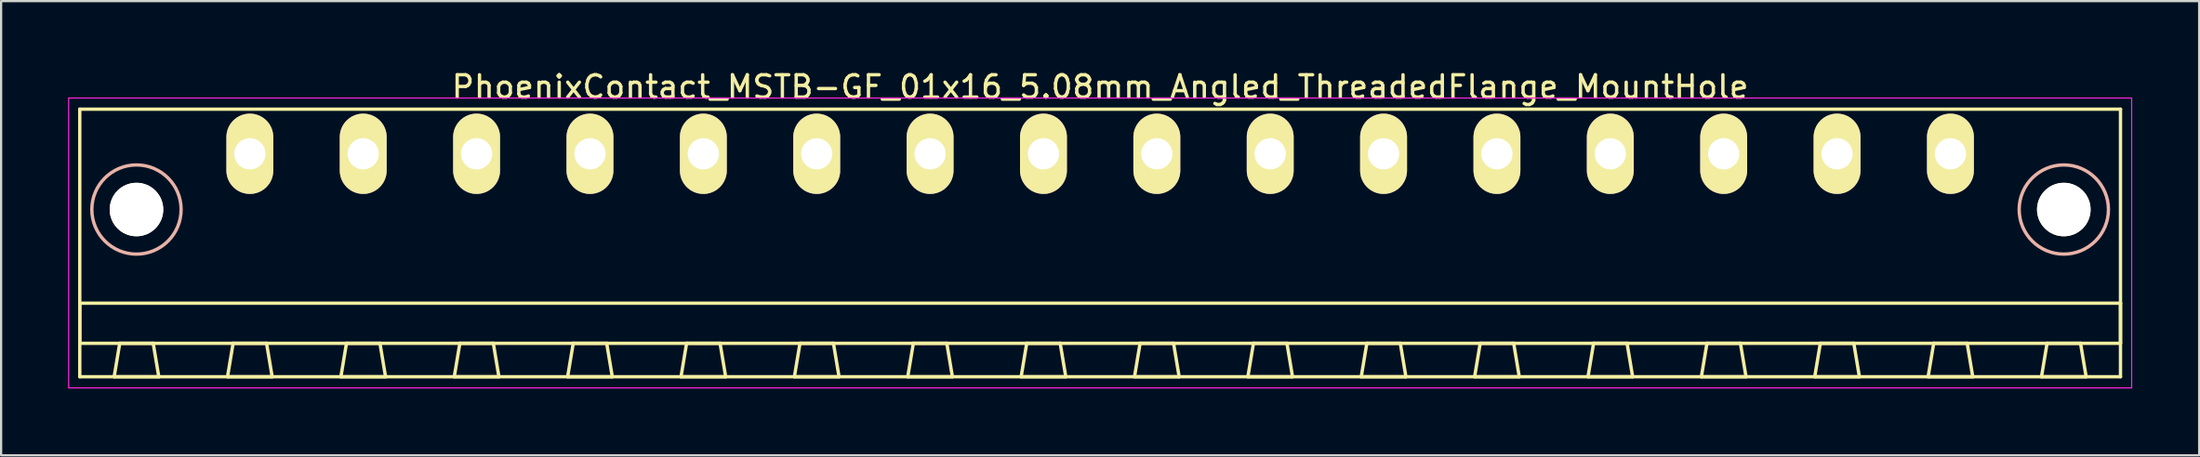
<source format=kicad_pcb>
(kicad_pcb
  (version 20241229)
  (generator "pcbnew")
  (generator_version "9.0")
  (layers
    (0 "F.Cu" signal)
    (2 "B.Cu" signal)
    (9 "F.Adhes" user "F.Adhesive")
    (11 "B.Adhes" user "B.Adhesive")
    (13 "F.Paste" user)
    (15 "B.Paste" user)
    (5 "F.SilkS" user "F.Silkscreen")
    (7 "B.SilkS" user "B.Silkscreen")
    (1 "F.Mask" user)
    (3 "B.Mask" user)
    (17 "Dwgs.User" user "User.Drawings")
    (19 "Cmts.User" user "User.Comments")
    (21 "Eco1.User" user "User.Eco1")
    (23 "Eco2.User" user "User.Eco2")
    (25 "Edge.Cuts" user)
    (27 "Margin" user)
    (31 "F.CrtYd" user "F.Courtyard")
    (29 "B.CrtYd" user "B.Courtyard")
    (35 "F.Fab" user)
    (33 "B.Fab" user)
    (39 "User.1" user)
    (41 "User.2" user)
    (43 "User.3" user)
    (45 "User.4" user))
  (footprint "PhoenixContact_MSTB-GF_01x16_5.08mm_Angled_ThreadedFlange_MountHole"
    (layer "F.Cu")
    (at 8.145 3.848)
    (property "Reference" "PhoenixContact_MSTB-GF_01x16_5.08mm_Angled_ThreadedFlange_MountHole" (at 38.1 -3 0) (layer "F.SilkS") (effects (font (size 1 1) (thickness 0.15))))
    (attr through_hole)
    (fp_line (start -7.62 -2) (end -7.62 10) (stroke (width 0.15) (type solid)) (layer "F.SilkS"))
    (fp_line (start -7.62 6.7) (end 83.82 6.7) (stroke (width 0.15) (type solid)) (layer "F.SilkS"))
    (fp_line (start -7.62 8.5) (end -7.62 6.7) (stroke (width 0.15) (type solid)) (layer "F.SilkS"))
    (fp_line (start -7.62 10) (end 83.82 10) (stroke (width 0.15) (type solid)) (layer "F.SilkS"))
    (fp_line (start -6.08 10) (end -4.08 10) (stroke (width 0.15) (type solid)) (layer "F.SilkS"))
    (fp_line (start -5.83 8.5) (end -6.08 10) (stroke (width 0.15) (type solid)) (layer "F.SilkS"))
    (fp_line (start -4.33 8.5) (end -5.83 8.5) (stroke (width 0.15) (type solid)) (layer "F.SilkS"))
    (fp_line (start -4.08 10) (end -4.33 8.5) (stroke (width 0.15) (type solid)) (layer "F.SilkS"))
    (fp_line (start -1 10) (end 1 10) (stroke (width 0.15) (type solid)) (layer "F.SilkS"))
    (fp_line (start -0.75 8.5) (end -1 10) (stroke (width 0.15) (type solid)) (layer "F.SilkS"))
    (fp_line (start 0.75 8.5) (end -0.75 8.5) (stroke (width 0.15) (type solid)) (layer "F.SilkS"))
    (fp_line (start 1 10) (end 0.75 8.5) (stroke (width 0.15) (type solid)) (layer "F.SilkS"))
    (fp_line (start 4.08 10) (end 6.08 10) (stroke (width 0.15) (type solid)) (layer "F.SilkS"))
    (fp_line (start 4.33 8.5) (end 4.08 10) (stroke (width 0.15) (type solid)) (layer "F.SilkS"))
    (fp_line (start 5.83 8.5) (end 4.33 8.5) (stroke (width 0.15) (type solid)) (layer "F.SilkS"))
    (fp_line (start 6.08 10) (end 5.83 8.5) (stroke (width 0.15) (type solid)) (layer "F.SilkS"))
    (fp_line (start 9.16 10) (end 11.16 10) (stroke (width 0.15) (type solid)) (layer "F.SilkS"))
    (fp_line (start 9.41 8.5) (end 9.16 10) (stroke (width 0.15) (type solid)) (layer "F.SilkS"))
    (fp_line (start 10.91 8.5) (end 9.41 8.5) (stroke (width 0.15) (type solid)) (layer "F.SilkS"))
    (fp_line (start 11.16 10) (end 10.91 8.5) (stroke (width 0.15) (type solid)) (layer "F.SilkS"))
    (fp_line (start 14.24 10) (end 16.24 10) (stroke (width 0.15) (type solid)) (layer "F.SilkS"))
    (fp_line (start 14.49 8.5) (end 14.24 10) (stroke (width 0.15) (type solid)) (layer "F.SilkS"))
    (fp_line (start 15.99 8.5) (end 14.49 8.5) (stroke (width 0.15) (type solid)) (layer "F.SilkS"))
    (fp_line (start 16.24 10) (end 15.99 8.5) (stroke (width 0.15) (type solid)) (layer "F.SilkS"))
    (fp_line (start 19.32 10) (end 21.32 10) (stroke (width 0.15) (type solid)) (layer "F.SilkS"))
    (fp_line (start 19.57 8.5) (end 19.32 10) (stroke (width 0.15) (type solid)) (layer "F.SilkS"))
    (fp_line (start 21.07 8.5) (end 19.57 8.5) (stroke (width 0.15) (type solid)) (layer "F.SilkS"))
    (fp_line (start 21.32 10) (end 21.07 8.5) (stroke (width 0.15) (type solid)) (layer "F.SilkS"))
    (fp_line (start 24.4 10) (end 26.4 10) (stroke (width 0.15) (type solid)) (layer "F.SilkS"))
    (fp_line (start 24.65 8.5) (end 24.4 10) (stroke (width 0.15) (type solid)) (layer "F.SilkS"))
    (fp_line (start 26.15 8.5) (end 24.65 8.5) (stroke (width 0.15) (type solid)) (layer "F.SilkS"))
    (fp_line (start 26.4 10) (end 26.15 8.5) (stroke (width 0.15) (type solid)) (layer "F.SilkS"))
    (fp_line (start 29.48 10) (end 31.48 10) (stroke (width 0.15) (type solid)) (layer "F.SilkS"))
    (fp_line (start 29.73 8.5) (end 29.48 10) (stroke (width 0.15) (type solid)) (layer "F.SilkS"))
    (fp_line (start 31.23 8.5) (end 29.73 8.5) (stroke (width 0.15) (type solid)) (layer "F.SilkS"))
    (fp_line (start 31.48 10) (end 31.23 8.5) (stroke (width 0.15) (type solid)) (layer "F.SilkS"))
    (fp_line (start 34.56 10) (end 36.56 10) (stroke (width 0.15) (type solid)) (layer "F.SilkS"))
    (fp_line (start 34.81 8.5) (end 34.56 10) (stroke (width 0.15) (type solid)) (layer "F.SilkS"))
    (fp_line (start 36.31 8.5) (end 34.81 8.5) (stroke (width 0.15) (type solid)) (layer "F.SilkS"))
    (fp_line (start 36.56 10) (end 36.31 8.5) (stroke (width 0.15) (type solid)) (layer "F.SilkS"))
    (fp_line (start 39.64 10) (end 41.64 10) (stroke (width 0.15) (type solid)) (layer "F.SilkS"))
    (fp_line (start 39.89 8.5) (end 39.64 10) (stroke (width 0.15) (type solid)) (layer "F.SilkS"))
    (fp_line (start 41.39 8.5) (end 39.89 8.5) (stroke (width 0.15) (type solid)) (layer "F.SilkS"))
    (fp_line (start 41.64 10) (end 41.39 8.5) (stroke (width 0.15) (type solid)) (layer "F.SilkS"))
    (fp_line (start 44.72 10) (end 46.72 10) (stroke (width 0.15) (type solid)) (layer "F.SilkS"))
    (fp_line (start 44.97 8.5) (end 44.72 10) (stroke (width 0.15) (type solid)) (layer "F.SilkS"))
    (fp_line (start 46.47 8.5) (end 44.97 8.5) (stroke (width 0.15) (type solid)) (layer "F.SilkS"))
    (fp_line (start 46.72 10) (end 46.47 8.5) (stroke (width 0.15) (type solid)) (layer "F.SilkS"))
    (fp_line (start 49.8 10) (end 51.8 10) (stroke (width 0.15) (type solid)) (layer "F.SilkS"))
    (fp_line (start 50.05 8.5) (end 49.8 10) (stroke (width 0.15) (type solid)) (layer "F.SilkS"))
    (fp_line (start 51.55 8.5) (end 50.05 8.5) (stroke (width 0.15) (type solid)) (layer "F.SilkS"))
    (fp_line (start 51.8 10) (end 51.55 8.5) (stroke (width 0.15) (type solid)) (layer "F.SilkS"))
    (fp_line (start 54.88 10) (end 56.88 10) (stroke (width 0.15) (type solid)) (layer "F.SilkS"))
    (fp_line (start 55.13 8.5) (end 54.88 10) (stroke (width 0.15) (type solid)) (layer "F.SilkS"))
    (fp_line (start 56.63 8.5) (end 55.13 8.5) (stroke (width 0.15) (type solid)) (layer "F.SilkS"))
    (fp_line (start 56.88 10) (end 56.63 8.5) (stroke (width 0.15) (type solid)) (layer "F.SilkS"))
    (fp_line (start 59.96 10) (end 61.96 10) (stroke (width 0.15) (type solid)) (layer "F.SilkS"))
    (fp_line (start 60.21 8.5) (end 59.96 10) (stroke (width 0.15) (type solid)) (layer "F.SilkS"))
    (fp_line (start 61.71 8.5) (end 60.21 8.5) (stroke (width 0.15) (type solid)) (layer "F.SilkS"))
    (fp_line (start 61.96 10) (end 61.71 8.5) (stroke (width 0.15) (type solid)) (layer "F.SilkS"))
    (fp_line (start 65.04 10) (end 67.04 10) (stroke (width 0.15) (type solid)) (layer "F.SilkS"))
    (fp_line (start 65.29 8.5) (end 65.04 10) (stroke (width 0.15) (type solid)) (layer "F.SilkS"))
    (fp_line (start 66.79 8.5) (end 65.29 8.5) (stroke (width 0.15) (type solid)) (layer "F.SilkS"))
    (fp_line (start 67.04 10) (end 66.79 8.5) (stroke (width 0.15) (type solid)) (layer "F.SilkS"))
    (fp_line (start 70.12 10) (end 72.12 10) (stroke (width 0.15) (type solid)) (layer "F.SilkS"))
    (fp_line (start 70.37 8.5) (end 70.12 10) (stroke (width 0.15) (type solid)) (layer "F.SilkS"))
    (fp_line (start 71.87 8.5) (end 70.37 8.5) (stroke (width 0.15) (type solid)) (layer "F.SilkS"))
    (fp_line (start 72.12 10) (end 71.87 8.5) (stroke (width 0.15) (type solid)) (layer "F.SilkS"))
    (fp_line (start 75.2 10) (end 77.2 10) (stroke (width 0.15) (type solid)) (layer "F.SilkS"))
    (fp_line (start 75.45 8.5) (end 75.2 10) (stroke (width 0.15) (type solid)) (layer "F.SilkS"))
    (fp_line (start 76.95 8.5) (end 75.45 8.5) (stroke (width 0.15) (type solid)) (layer "F.SilkS"))
    (fp_line (start 77.2 10) (end 76.95 8.5) (stroke (width 0.15) (type solid)) (layer "F.SilkS"))
    (fp_line (start 80.28 10) (end 82.28 10) (stroke (width 0.15) (type solid)) (layer "F.SilkS"))
    (fp_line (start 80.53 8.5) (end 80.28 10) (stroke (width 0.15) (type solid)) (layer "F.SilkS"))
    (fp_line (start 82.03 8.5) (end 80.53 8.5) (stroke (width 0.15) (type solid)) (layer "F.SilkS"))
    (fp_line (start 82.28 10) (end 82.03 8.5) (stroke (width 0.15) (type solid)) (layer "F.SilkS"))
    (fp_line (start 83.82 -2) (end -7.62 -2) (stroke (width 0.15) (type solid)) (layer "F.SilkS"))
    (fp_line (start 83.82 6.7) (end 83.82 8.5) (stroke (width 0.15) (type solid)) (layer "F.SilkS"))
    (fp_line (start 83.82 8.5) (end -7.62 8.5) (stroke (width 0.15) (type solid)) (layer "F.SilkS"))
    (fp_line (start 83.82 10) (end 83.82 -2) (stroke (width 0.15) (type solid)) (layer "F.SilkS"))
    (fp_circle (center -5.08 2.5) (end -3.08 2.5) (stroke (width 0.15) (type solid)) (fill no) (layer "B.SilkS"))
    (fp_circle (center 81.28 2.5) (end 83.28 2.5) (stroke (width 0.15) (type solid)) (fill no) (layer "B.SilkS"))
    (fp_line (start -8.12 -2.5) (end -8.12 10.5) (stroke (width 0.05) (type solid)) (layer "F.CrtYd"))
    (fp_line (start -8.12 10.5) (end 84.32 10.5) (stroke (width 0.05) (type solid)) (layer "F.CrtYd"))
    (fp_line (start 84.32 -2.5) (end -8.12 -2.5) (stroke (width 0.05) (type solid)) (layer "F.CrtYd"))
    (fp_line (start 84.32 10.5) (end 84.32 -2.5) (stroke (width 0.05) (type solid)) (layer "F.CrtYd"))
    (pad "" np_thru_hole circle (at -5.08 2.5) (size 2.4 2.4) (drill 2.4) (layers "*.Cu" "*.Mask" "F.SilkS"))
    (pad "" np_thru_hole circle (at 81.28 2.5) (size 2.4 2.4) (drill 2.4) (layers "*.Cu" "*.Mask" "F.SilkS"))
    (pad "1" thru_hole oval (at 0 0) (size 2.1 3.6) (drill 1.4) (layers "*.Cu" "*.Mask" "F.SilkS"))
    (pad "2" thru_hole oval (at 5.08 0) (size 2.1 3.6) (drill 1.4) (layers "*.Cu" "*.Mask" "F.SilkS"))
    (pad "3" thru_hole oval (at 10.16 0) (size 2.1 3.6) (drill 1.4) (layers "*.Cu" "*.Mask" "F.SilkS"))
    (pad "4" thru_hole oval (at 15.24 0) (size 2.1 3.6) (drill 1.4) (layers "*.Cu" "*.Mask" "F.SilkS"))
    (pad "5" thru_hole oval (at 20.32 0) (size 2.1 3.6) (drill 1.4) (layers "*.Cu" "*.Mask" "F.SilkS"))
    (pad "6" thru_hole oval (at 25.4 0) (size 2.1 3.6) (drill 1.4) (layers "*.Cu" "*.Mask" "F.SilkS"))
    (pad "7" thru_hole oval (at 30.48 0) (size 2.1 3.6) (drill 1.4) (layers "*.Cu" "*.Mask" "F.SilkS"))
    (pad "8" thru_hole oval (at 35.56 0) (size 2.1 3.6) (drill 1.4) (layers "*.Cu" "*.Mask" "F.SilkS"))
    (pad "9" thru_hole oval (at 40.64 0) (size 2.1 3.6) (drill 1.4) (layers "*.Cu" "*.Mask" "F.SilkS"))
    (pad "10" thru_hole oval (at 45.72 0) (size 2.1 3.6) (drill 1.4) (layers "*.Cu" "*.Mask" "F.SilkS"))
    (pad "11" thru_hole oval (at 50.8 0) (size 2.1 3.6) (drill 1.4) (layers "*.Cu" "*.Mask" "F.SilkS"))
    (pad "12" thru_hole oval (at 55.88 0) (size 2.1 3.6) (drill 1.4) (layers "*.Cu" "*.Mask" "F.SilkS"))
    (pad "13" thru_hole oval (at 60.96 0) (size 2.1 3.6) (drill 1.4) (layers "*.Cu" "*.Mask" "F.SilkS"))
    (pad "14" thru_hole oval (at 66.04 0) (size 2.1 3.6) (drill 1.4) (layers "*.Cu" "*.Mask" "F.SilkS"))
    (pad "15" thru_hole oval (at 71.12 0) (size 2.1 3.6) (drill 1.4) (layers "*.Cu" "*.Mask" "F.SilkS"))
    (pad "16" thru_hole oval (at 76.2 0) (size 2.1 3.6) (drill 1.4) (layers "*.Cu" "*.Mask" "F.SilkS")))
  (gr_rect
    (start -3 -3)
    (end 95.49 17.373)
    (stroke (width 0.1) (type default))
    (fill no)
    (layer "Edge.Cuts")))
</source>
